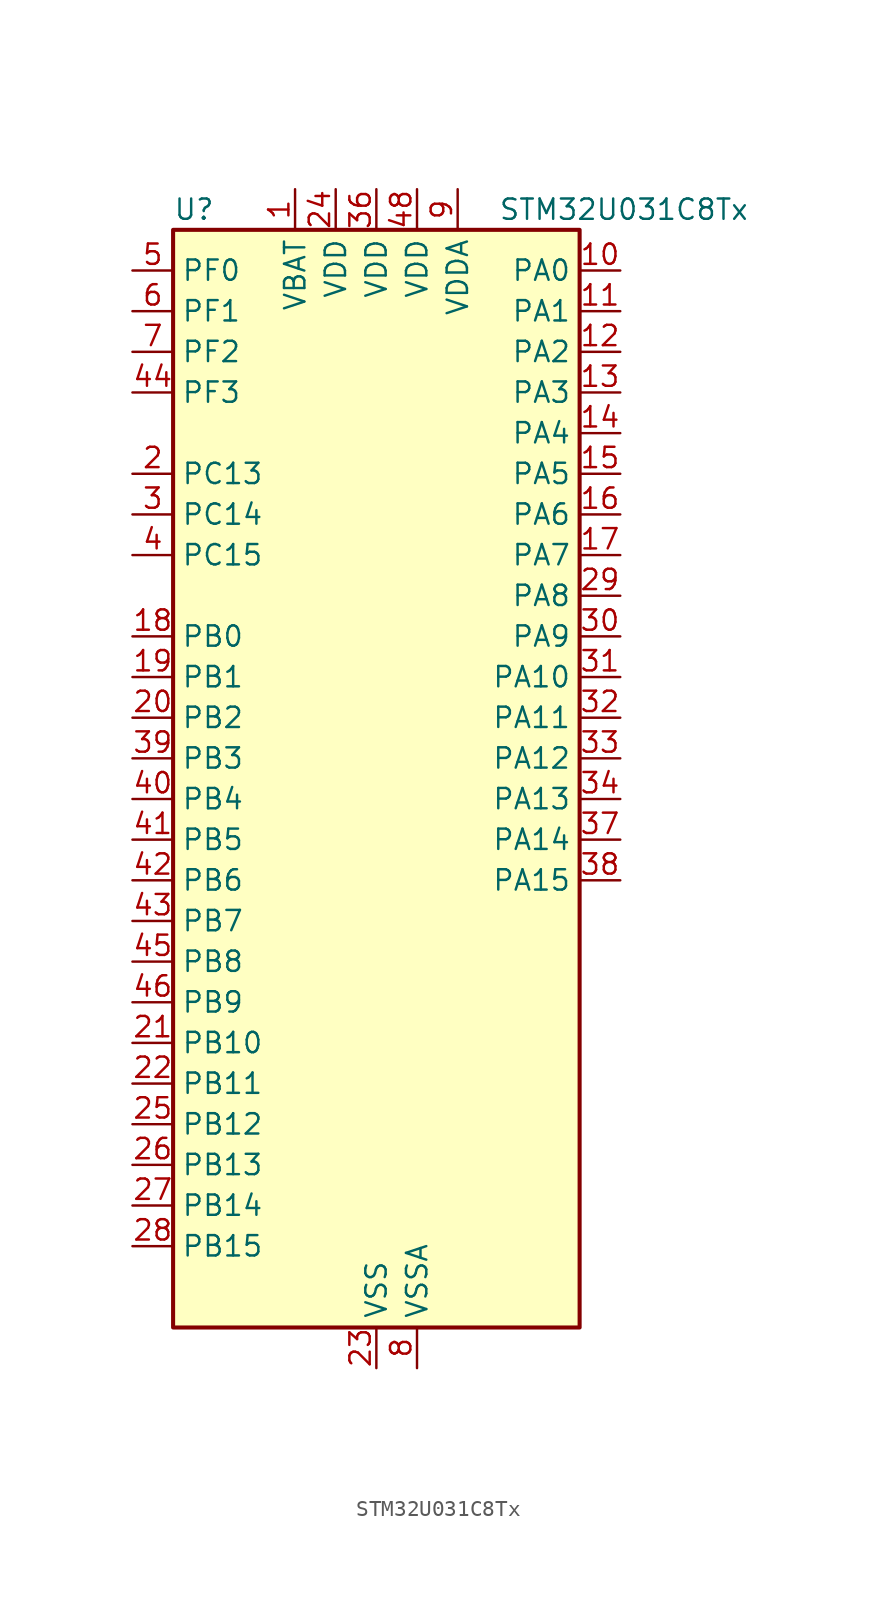
<source format=kicad_sym>
(kicad_symbol_lib
  (version 20231120)
  (generator "kicad_symbol_editor")
  (generator_version "8.99")
  (symbol "STM32U031C8Tx"
    (property "Reference" "U"
      (at -12.7 36.83 0)
      (effects (font (size 1.27 1.27)) (justify left)))
    (property "Value" "STM32U031C8Tx"
      (at 7.62 36.83 0)
      (effects (font (size 1.27 1.27)) (justify left)))
    (property "ki_locked" ""
      (at 0 0 0)
      (effects (font (size 1.27 1.27))))
    (symbol "STM32U031C8Tx_0_1"
      (rectangle (start -12.7 -33.02) (end 12.7 35.56) (stroke (width 0.254) (type default)) (fill (type background))))
    (symbol "STM32U031C8Tx_1_1"
      (pin power_in line (at -5.08 38.1 270) (length 2.54) (name "VBAT" (effects (font (size 1.27 1.27)))) (number "1" (effects (font (size 1.27 1.27)))))
      (pin bidirectional line (at 15.24 33.02 180) (length 2.54) (name "PA0" (effects (font (size 1.27 1.27)))) (number "10" (effects (font (size 1.27 1.27)))) (alternate "ADC1_IN4" bidirectional line) (alternate "COMP1_INM" bidirectional line) (alternate "COMP1_OUT" bidirectional line) (alternate "OPAMP1_VINP" bidirectional line) (alternate "PWR_WKUP1" bidirectional line) (alternate "TAMP_IN2" bidirectional line) (alternate "TIM2_CH1" bidirectional line) (alternate "TIM2_ETR" bidirectional line) (alternate "USART2_CTS" bidirectional line) (alternate "USART4_TX" bidirectional line))
      (pin bidirectional line (at 15.24 30.48 180) (length 2.54) (name "PA1" (effects (font (size 1.27 1.27)))) (number "11" (effects (font (size 1.27 1.27)))) (alternate "ADC1_IN5" bidirectional line) (alternate "COMP1_INP" bidirectional line) (alternate "LPTIM1_CH2" bidirectional line) (alternate "OPAMP1_VINM" bidirectional line) (alternate "PWR_WKUP3" bidirectional line) (alternate "SPI1_SCK" bidirectional line) (alternate "SPI2_SCK" bidirectional line) (alternate "TAMP_IN5" bidirectional line) (alternate "TIM15_CH1N" bidirectional line) (alternate "TIM2_CH2" bidirectional line) (alternate "USART2_DE" bidirectional line) (alternate "USART2_RTS" bidirectional line) (alternate "USART4_RX" bidirectional line))
      (pin bidirectional line (at 15.24 27.94 180) (length 2.54) (name "PA2" (effects (font (size 1.27 1.27)))) (number "12" (effects (font (size 1.27 1.27)))) (alternate "ADC1_IN6" bidirectional line) (alternate "LPUART1_TX" bidirectional line) (alternate "PWR_WKUP4" bidirectional line) (alternate "RCC_LSCO" bidirectional line) (alternate "TIM15_CH1" bidirectional line) (alternate "TIM2_CH3" bidirectional line) (alternate "USART2_TX" bidirectional line))
      (pin bidirectional line (at 15.24 25.4 180) (length 2.54) (name "PA3" (effects (font (size 1.27 1.27)))) (number "13" (effects (font (size 1.27 1.27)))) (alternate "ADC1_IN7" bidirectional line) (alternate "LPUART1_RX" bidirectional line) (alternate "OPAMP1_VOUT" bidirectional line) (alternate "TIM15_CH2" bidirectional line) (alternate "TIM2_CH4" bidirectional line) (alternate "USART2_RX" bidirectional line))
      (pin bidirectional line (at 15.24 22.86 180) (length 2.54) (name "PA4" (effects (font (size 1.27 1.27)))) (number "14" (effects (font (size 1.27 1.27)))) (alternate "ADC1_IN8" bidirectional line) (alternate "COMP1_INM" bidirectional line) (alternate "DAC1_OUT1" bidirectional line) (alternate "LPTIM2_CH1" bidirectional line) (alternate "SPI1_NSS" bidirectional line) (alternate "USART2_CK" bidirectional line))
      (pin bidirectional line (at 15.24 20.32 180) (length 2.54) (name "PA5" (effects (font (size 1.27 1.27)))) (number "15" (effects (font (size 1.27 1.27)))) (alternate "ADC1_IN9" bidirectional line) (alternate "COMP1_INM" bidirectional line) (alternate "LPTIM2_ETR" bidirectional line) (alternate "SPI1_SCK" bidirectional line) (alternate "TIM2_CH1" bidirectional line) (alternate "TIM2_ETR" bidirectional line) (alternate "USART3_TX" bidirectional line))
      (pin bidirectional line (at 15.24 17.78 180) (length 2.54) (name "PA6" (effects (font (size 1.27 1.27)))) (number "16" (effects (font (size 1.27 1.27)))) (alternate "ADC1_IN10" bidirectional line) (alternate "COMP1_OUT" bidirectional line) (alternate "I2C2_SDA" bidirectional line) (alternate "I2C3_SDA" bidirectional line) (alternate "LPUART1_CTS" bidirectional line) (alternate "SPI1_MISO" bidirectional line) (alternate "TIM16_CH1" bidirectional line) (alternate "TIM1_BKIN" bidirectional line) (alternate "TIM3_CH1" bidirectional line) (alternate "TSC_G5_IO1" bidirectional line) (alternate "USART3_CTS" bidirectional line))
      (pin bidirectional line (at 15.24 15.24 180) (length 2.54) (name "PA7" (effects (font (size 1.27 1.27)))) (number "17" (effects (font (size 1.27 1.27)))) (alternate "ADC1_IN14" bidirectional line) (alternate "I2C2_SCL" bidirectional line) (alternate "I2C3_SCL" bidirectional line) (alternate "LPTIM2_CH2" bidirectional line) (alternate "SPI1_MOSI" bidirectional line) (alternate "TIM1_CH1N" bidirectional line) (alternate "TIM3_CH2" bidirectional line) (alternate "USART3_RX" bidirectional line))
      (pin bidirectional line (at -15.24 10.16 0) (length 2.54) (name "PB0" (effects (font (size 1.27 1.27)))) (number "18" (effects (font (size 1.27 1.27)))) (alternate "ADC1_IN17" bidirectional line) (alternate "COMP1_OUT" bidirectional line) (alternate "LPUART2_CTS" bidirectional line) (alternate "SPI1_NSS" bidirectional line) (alternate "TIM1_CH2N" bidirectional line) (alternate "TIM3_CH3" bidirectional line) (alternate "TSC_G5_IO2" bidirectional line) (alternate "USART3_CK" bidirectional line))
      (pin bidirectional line (at -15.24 7.62 0) (length 2.54) (name "PB1" (effects (font (size 1.27 1.27)))) (number "19" (effects (font (size 1.27 1.27)))) (alternate "ADC1_IN18" bidirectional line) (alternate "COMP1_INM" bidirectional line) (alternate "LPTIM2_IN1" bidirectional line) (alternate "LPUART1_DE" bidirectional line) (alternate "LPUART1_RTS" bidirectional line) (alternate "LPUART2_DE" bidirectional line) (alternate "LPUART2_RTS" bidirectional line) (alternate "TIM1_CH3N" bidirectional line) (alternate "TIM3_CH4" bidirectional line) (alternate "TSC_SYNC" bidirectional line) (alternate "USART3_DE" bidirectional line) (alternate "USART3_RTS" bidirectional line))
      (pin bidirectional line (at -15.24 20.32 0) (length 2.54) (name "PC13" (effects (font (size 1.27 1.27)))) (number "2" (effects (font (size 1.27 1.27)))) (alternate "LPTIM1_CH3" bidirectional line) (alternate "PWR_WKUP2" bidirectional line) (alternate "RTC_OUT1" bidirectional line) (alternate "RTC_TS" bidirectional line) (alternate "TAMP_IN1" bidirectional line))
      (pin bidirectional line (at -15.24 5.08 0) (length 2.54) (name "PB2" (effects (font (size 1.27 1.27)))) (number "20" (effects (font (size 1.27 1.27)))) (alternate "COMP1_INP" bidirectional line) (alternate "LPTIM1_CH1" bidirectional line) (alternate "RTC_OUT2" bidirectional line))
      (pin bidirectional line (at -15.24 -15.24 0) (length 2.54) (name "PB10" (effects (font (size 1.27 1.27)))) (number "21" (effects (font (size 1.27 1.27)))) (alternate "COMP1_OUT" bidirectional line) (alternate "I2C2_SCL" bidirectional line) (alternate "LPUART1_RX" bidirectional line) (alternate "LPUART2_RX" bidirectional line) (alternate "SPI2_SCK" bidirectional line) (alternate "TIM2_CH3" bidirectional line) (alternate "TSC_G5_IO3" bidirectional line) (alternate "USART3_TX" bidirectional line))
      (pin bidirectional line (at -15.24 -17.78 0) (length 2.54) (name "PB11" (effects (font (size 1.27 1.27)))) (number "22" (effects (font (size 1.27 1.27)))) (alternate "ADC1_EXTI11" bidirectional line) (alternate "I2C2_SDA" bidirectional line) (alternate "LPUART1_TX" bidirectional line) (alternate "LPUART2_TX" bidirectional line) (alternate "TIM2_CH4" bidirectional line) (alternate "TSC_G5_IO4" bidirectional line) (alternate "USART3_RX" bidirectional line))
      (pin power_in line (at 0 -35.56 90) (length 2.54) (name "VSS" (effects (font (size 1.27 1.27)))) (number "23" (effects (font (size 1.27 1.27)))))
      (pin power_in line (at -2.54 38.1 270) (length 2.54) (name "VDD" (effects (font (size 1.27 1.27)))) (number "24" (effects (font (size 1.27 1.27)))))
      (pin bidirectional line (at -15.24 -20.32 0) (length 2.54) (name "PB12" (effects (font (size 1.27 1.27)))) (number "25" (effects (font (size 1.27 1.27)))) (alternate "LPUART1_DE" bidirectional line) (alternate "LPUART1_RTS" bidirectional line) (alternate "SPI2_NSS" bidirectional line) (alternate "TIM15_BKIN" bidirectional line) (alternate "TIM1_BKIN" bidirectional line) (alternate "TSC_G1_IO1" bidirectional line) (alternate "USART3_CK" bidirectional line))
      (pin bidirectional line (at -15.24 -22.86 0) (length 2.54) (name "PB13" (effects (font (size 1.27 1.27)))) (number "26" (effects (font (size 1.27 1.27)))) (alternate "I2C2_SCL" bidirectional line) (alternate "LPUART1_CTS" bidirectional line) (alternate "SPI2_SCK" bidirectional line) (alternate "TIM15_CH1N" bidirectional line) (alternate "TIM1_CH1N" bidirectional line) (alternate "TSC_G1_IO2" bidirectional line) (alternate "USART3_CTS" bidirectional line))
      (pin bidirectional line (at -15.24 -25.4 0) (length 2.54) (name "PB14" (effects (font (size 1.27 1.27)))) (number "27" (effects (font (size 1.27 1.27)))) (alternate "I2C2_SDA" bidirectional line) (alternate "SPI2_MISO" bidirectional line) (alternate "TIM15_CH1" bidirectional line) (alternate "TIM1_CH2N" bidirectional line) (alternate "TSC_G1_IO3" bidirectional line) (alternate "USART3_DE" bidirectional line) (alternate "USART3_RTS" bidirectional line))
      (pin bidirectional line (at -15.24 -27.94 0) (length 2.54) (name "PB15" (effects (font (size 1.27 1.27)))) (number "28" (effects (font (size 1.27 1.27)))) (alternate "PWR_WKUP7" bidirectional line) (alternate "RTC_REFIN" bidirectional line) (alternate "SPI2_MOSI" bidirectional line) (alternate "TAMP_IN3" bidirectional line) (alternate "TIM15_CH2" bidirectional line) (alternate "TIM1_CH3N" bidirectional line) (alternate "TSC_G1_IO4" bidirectional line))
      (pin bidirectional line (at 15.24 12.7 180) (length 2.54) (name "PA8" (effects (font (size 1.27 1.27)))) (number "29" (effects (font (size 1.27 1.27)))) (alternate "LPTIM2_CH1" bidirectional line) (alternate "RCC_MCO" bidirectional line) (alternate "RCC_MCO2" bidirectional line) (alternate "TIM1_CH1" bidirectional line) (alternate "TSC_G7_IO1" bidirectional line) (alternate "USART1_CK" bidirectional line))
      (pin bidirectional line (at -15.24 17.78 0) (length 2.54) (name "PC14" (effects (font (size 1.27 1.27)))) (number "3" (effects (font (size 1.27 1.27)))) (alternate "RCC_OSC32_IN" bidirectional line))
      (pin bidirectional line (at 15.24 10.16 180) (length 2.54) (name "PA9" (effects (font (size 1.27 1.27)))) (number "30" (effects (font (size 1.27 1.27)))) (alternate "COMP1_INP" bidirectional line) (alternate "DAC1_EXTI9" bidirectional line) (alternate "I2C1_SCL" bidirectional line) (alternate "I2C2_SCL" bidirectional line) (alternate "RCC_MCO" bidirectional line) (alternate "TIM15_BKIN" bidirectional line) (alternate "TIM1_CH2" bidirectional line) (alternate "TSC_G7_IO2" bidirectional line) (alternate "USART1_TX" bidirectional line))
      (pin bidirectional line (at 15.24 7.62 180) (length 2.54) (name "PA10" (effects (font (size 1.27 1.27)))) (number "31" (effects (font (size 1.27 1.27)))) (alternate "I2C1_SDA" bidirectional line) (alternate "I2C2_SDA" bidirectional line) (alternate "RCC_MCO2" bidirectional line) (alternate "SPI2_NSS" bidirectional line) (alternate "TIM1_CH3" bidirectional line) (alternate "TSC_G7_IO3" bidirectional line) (alternate "USART1_RX" bidirectional line))
      (pin bidirectional line (at 15.24 5.08 180) (length 2.54) (name "PA11" (effects (font (size 1.27 1.27)))) (number "32" (effects (font (size 1.27 1.27)))) (alternate "ADC1_EXTI11" bidirectional line) (alternate "COMP1_OUT" bidirectional line) (alternate "SPI1_MISO" bidirectional line) (alternate "SPI2_MISO" bidirectional line) (alternate "TIM1_BKIN2" bidirectional line) (alternate "TIM1_CH4" bidirectional line) (alternate "USART1_CTS" bidirectional line))
      (pin bidirectional line (at 15.24 2.54 180) (length 2.54) (name "PA12" (effects (font (size 1.27 1.27)))) (number "33" (effects (font (size 1.27 1.27)))) (alternate "SPI1_MOSI" bidirectional line) (alternate "SPI2_MOSI" bidirectional line) (alternate "TIM1_ETR" bidirectional line) (alternate "USART1_DE" bidirectional line) (alternate "USART1_RTS" bidirectional line))
      (pin bidirectional line (at 15.24 0 180) (length 2.54) (name "PA13" (effects (font (size 1.27 1.27)))) (number "34" (effects (font (size 1.27 1.27)))) (alternate "DEBUG_JTMS-SWDIO" bidirectional line) (alternate "IR_OUT" bidirectional line) (alternate "TSC_G7_IO4" bidirectional line))
      (pin passive line (at 0 -35.56 90) (length 2.54) hide (name "VSS" (effects (font (size 1.27 1.27)))) (number "35" (effects (font (size 1.27 1.27)))))
      (pin power_in line (at 0 38.1 270) (length 2.54) (name "VDD" (effects (font (size 1.27 1.27)))) (number "36" (effects (font (size 1.27 1.27)))))
      (pin bidirectional line (at 15.24 -2.54 180) (length 2.54) (name "PA14" (effects (font (size 1.27 1.27)))) (number "37" (effects (font (size 1.27 1.27)))) (alternate "DEBUG_JTCK-SWCLK" bidirectional line) (alternate "LPTIM1_CH1" bidirectional line) (alternate "TSC_G3_IO4" bidirectional line))
      (pin bidirectional line (at 15.24 -5.08 180) (length 2.54) (name "PA15" (effects (font (size 1.27 1.27)))) (number "38" (effects (font (size 1.27 1.27)))) (alternate "DEBUG_JTDI" bidirectional line) (alternate "SPI1_NSS" bidirectional line) (alternate "TIM2_CH1" bidirectional line) (alternate "TIM2_ETR" bidirectional line) (alternate "TSC_G3_IO1" bidirectional line) (alternate "USART2_RX" bidirectional line) (alternate "USART3_DE" bidirectional line) (alternate "USART3_RTS" bidirectional line) (alternate "USART4_DE" bidirectional line) (alternate "USART4_RTS" bidirectional line))
      (pin bidirectional line (at -15.24 2.54 0) (length 2.54) (name "PB3" (effects (font (size 1.27 1.27)))) (number "39" (effects (font (size 1.27 1.27)))) (alternate "DEBUG_JTDO-SWO" bidirectional line) (alternate "I2C2_SCL" bidirectional line) (alternate "I2C3_SCL" bidirectional line) (alternate "LPTIM1_CH3" bidirectional line) (alternate "SPI1_SCK" bidirectional line) (alternate "TIM2_CH2" bidirectional line) (alternate "USART1_DE" bidirectional line) (alternate "USART1_RTS" bidirectional line))
      (pin bidirectional line (at -15.24 15.24 0) (length 2.54) (name "PC15" (effects (font (size 1.27 1.27)))) (number "4" (effects (font (size 1.27 1.27)))) (alternate "RCC_OSC32_EN" bidirectional line) (alternate "RCC_OSC32_OUT" bidirectional line) (alternate "RCC_OSC_EN" bidirectional line))
      (pin bidirectional line (at -15.24 0 0) (length 2.54) (name "PB4" (effects (font (size 1.27 1.27)))) (number "40" (effects (font (size 1.27 1.27)))) (alternate "I2C2_SDA" bidirectional line) (alternate "I2C3_SDA" bidirectional line) (alternate "LPTIM1_CH4" bidirectional line) (alternate "SPI1_MISO" bidirectional line) (alternate "TIM3_CH1" bidirectional line) (alternate "TSC_G2_IO1" bidirectional line) (alternate "USART1_CTS" bidirectional line))
      (pin bidirectional line (at -15.24 -2.54 0) (length 2.54) (name "PB5" (effects (font (size 1.27 1.27)))) (number "41" (effects (font (size 1.27 1.27)))) (alternate "LPTIM1_IN1" bidirectional line) (alternate "SPI1_MOSI" bidirectional line) (alternate "TIM16_BKIN" bidirectional line) (alternate "TIM3_CH2" bidirectional line) (alternate "TSC_G2_IO2" bidirectional line) (alternate "USART1_CK" bidirectional line))
      (pin bidirectional line (at -15.24 -5.08 0) (length 2.54) (name "PB6" (effects (font (size 1.27 1.27)))) (number "42" (effects (font (size 1.27 1.27)))) (alternate "I2C1_SCL" bidirectional line) (alternate "I2C2_SCL" bidirectional line) (alternate "LPTIM1_ETR" bidirectional line) (alternate "LPUART2_TX" bidirectional line) (alternate "TIM16_CH1N" bidirectional line) (alternate "TSC_G2_IO3" bidirectional line) (alternate "USART1_TX" bidirectional line))
      (pin bidirectional line (at -15.24 -7.62 0) (length 2.54) (name "PB7" (effects (font (size 1.27 1.27)))) (number "43" (effects (font (size 1.27 1.27)))) (alternate "I2C1_SDA" bidirectional line) (alternate "I2C2_SDA" bidirectional line) (alternate "LPTIM1_IN2" bidirectional line) (alternate "LPUART2_RX" bidirectional line) (alternate "TSC_G2_IO4" bidirectional line) (alternate "USART1_RX" bidirectional line) (alternate "USART4_CTS" bidirectional line))
      (pin bidirectional line (at -15.24 25.4 0) (length 2.54) (name "PF3" (effects (font (size 1.27 1.27)))) (number "44" (effects (font (size 1.27 1.27)))))
      (pin bidirectional line (at -15.24 -10.16 0) (length 2.54) (name "PB8" (effects (font (size 1.27 1.27)))) (number "45" (effects (font (size 1.27 1.27)))) (alternate "I2C1_SCL" bidirectional line) (alternate "I2C2_SCL" bidirectional line) (alternate "LPTIM1_IN2" bidirectional line) (alternate "TIM16_CH1" bidirectional line) (alternate "USART3_TX" bidirectional line))
      (pin bidirectional line (at -15.24 -12.7 0) (length 2.54) (name "PB9" (effects (font (size 1.27 1.27)))) (number "46" (effects (font (size 1.27 1.27)))) (alternate "DAC1_EXTI9" bidirectional line) (alternate "I2C1_SDA" bidirectional line) (alternate "I2C2_SDA" bidirectional line) (alternate "IR_OUT" bidirectional line) (alternate "LPTIM1_CH4" bidirectional line) (alternate "SPI2_NSS" bidirectional line) (alternate "USART3_RX" bidirectional line))
      (pin passive line (at 0 -35.56 90) (length 2.54) hide (name "VSS" (effects (font (size 1.27 1.27)))) (number "47" (effects (font (size 1.27 1.27)))))
      (pin power_in line (at 2.54 38.1 270) (length 2.54) (name "VDD" (effects (font (size 1.27 1.27)))) (number "48" (effects (font (size 1.27 1.27)))))
      (pin bidirectional line (at -15.24 33.02 0) (length 2.54) (name "PF0" (effects (font (size 1.27 1.27)))) (number "5" (effects (font (size 1.27 1.27)))) (alternate "RCC_OSC_IN" bidirectional line))
      (pin bidirectional line (at -15.24 30.48 0) (length 2.54) (name "PF1" (effects (font (size 1.27 1.27)))) (number "6" (effects (font (size 1.27 1.27)))) (alternate "RCC_OSC_EN" bidirectional line) (alternate "RCC_OSC_OUT" bidirectional line))
      (pin bidirectional line (at -15.24 27.94 0) (length 2.54) (name "PF2" (effects (font (size 1.27 1.27)))) (number "7" (effects (font (size 1.27 1.27)))) (alternate "RCC_MCO" bidirectional line))
      (pin power_in line (at 2.54 -35.56 90) (length 2.54) (name "VSSA" (effects (font (size 1.27 1.27)))) (number "8" (effects (font (size 1.27 1.27)))))
      (pin power_in line (at 5.08 38.1 270) (length 2.54) (name "VDDA" (effects (font (size 1.27 1.27)))) (number "9" (effects (font (size 1.27 1.27))))))))
</source>
